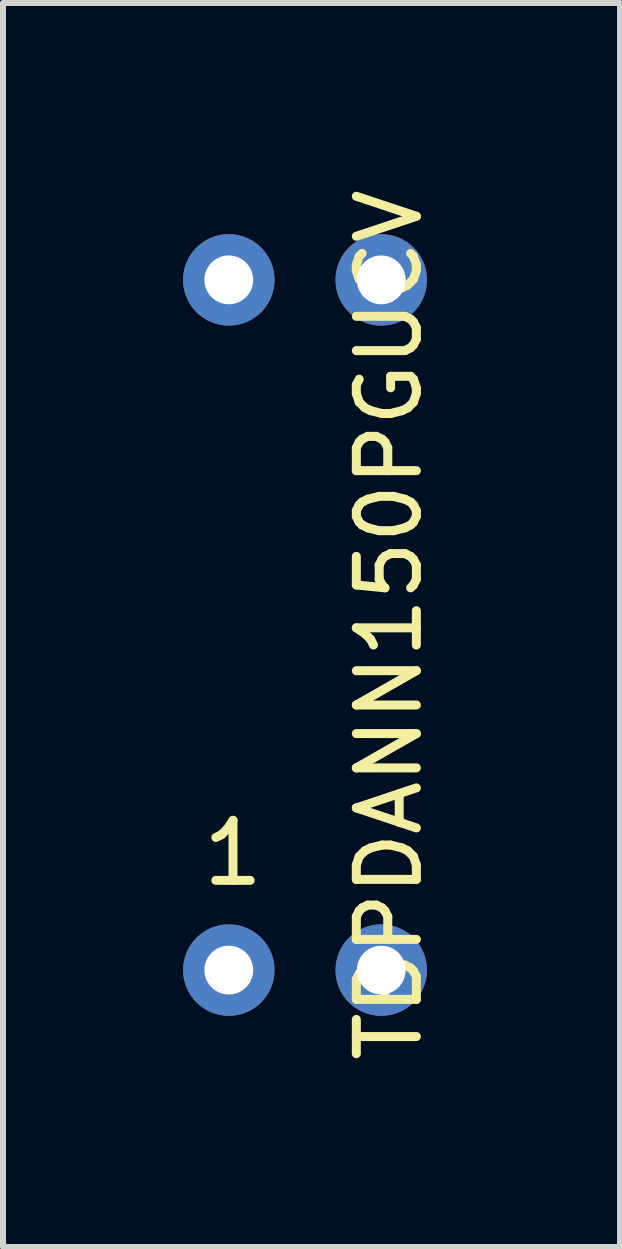
<source format=kicad_pcb>
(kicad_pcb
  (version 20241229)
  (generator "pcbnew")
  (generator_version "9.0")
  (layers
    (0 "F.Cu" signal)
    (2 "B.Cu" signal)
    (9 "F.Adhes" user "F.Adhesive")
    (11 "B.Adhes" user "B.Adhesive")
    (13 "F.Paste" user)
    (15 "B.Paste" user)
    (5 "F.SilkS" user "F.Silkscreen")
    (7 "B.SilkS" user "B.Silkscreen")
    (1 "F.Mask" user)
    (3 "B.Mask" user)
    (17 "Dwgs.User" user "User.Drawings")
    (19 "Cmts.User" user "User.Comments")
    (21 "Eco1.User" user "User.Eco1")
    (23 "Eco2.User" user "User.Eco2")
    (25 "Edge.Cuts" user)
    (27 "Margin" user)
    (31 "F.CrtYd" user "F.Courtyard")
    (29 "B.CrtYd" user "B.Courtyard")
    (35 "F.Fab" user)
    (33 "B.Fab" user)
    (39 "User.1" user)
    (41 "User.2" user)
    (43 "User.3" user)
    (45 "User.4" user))
  (footprint "TBPDANN150PGUCV"
    (layer "F.Cu")
    (at 2.032 7.363)
    (property "Reference" "TBPDANN150PGUCV" (at 1.4 0 90) (layer "F.SilkS") (effects (font (size 1 1) (thickness 0.15))))
    (attr through_hole)
    (fp_text user "1" (at -1.2 3.8 0) (layer "F.SilkS") (effects (font (size 1 1) (thickness 0.15))))
    (pad "1" thru_hole circle (at -1.27 5.75) (size 1.524 1.524) (drill 0.813) (layers "*.Cu" "*.Mask"))
    (pad "2" thru_hole circle (at 1.27 5.75) (size 1.524 1.524) (drill 0.813) (layers "*.Cu" "*.Mask"))
    (pad "3" thru_hole circle (at 1.27 -5.75) (size 1.524 1.524) (drill 0.813) (layers "*.Cu" "*.Mask"))
    (pad "4" thru_hole circle (at -1.27 -5.75) (size 1.524 1.524) (drill 0.813) (layers "*.Cu" "*.Mask")))
  (gr_rect
    (start -3 -3)
    (end 7.28 17.726)
    (stroke (width 0.1) (type default))
    (fill no)
    (layer "Edge.Cuts")))
</source>
